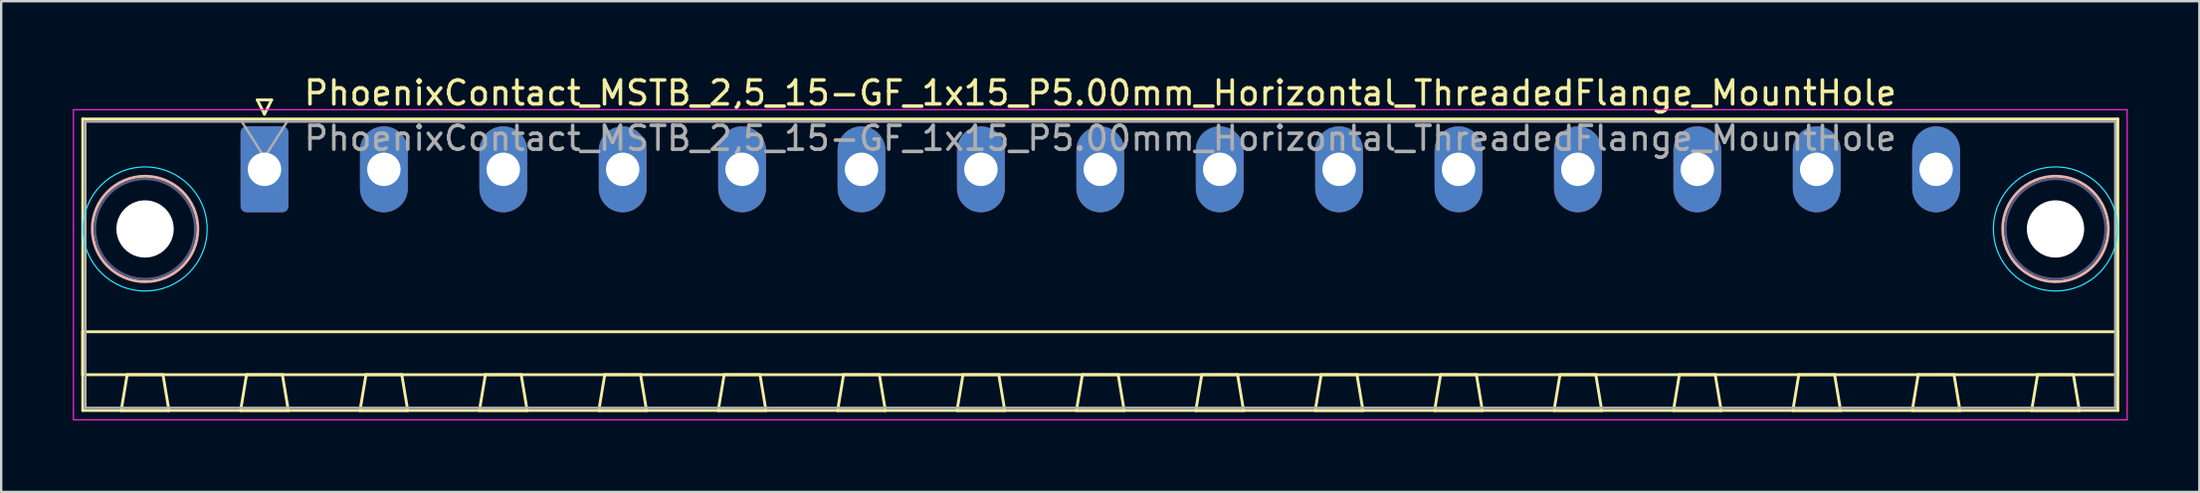
<source format=kicad_pcb>
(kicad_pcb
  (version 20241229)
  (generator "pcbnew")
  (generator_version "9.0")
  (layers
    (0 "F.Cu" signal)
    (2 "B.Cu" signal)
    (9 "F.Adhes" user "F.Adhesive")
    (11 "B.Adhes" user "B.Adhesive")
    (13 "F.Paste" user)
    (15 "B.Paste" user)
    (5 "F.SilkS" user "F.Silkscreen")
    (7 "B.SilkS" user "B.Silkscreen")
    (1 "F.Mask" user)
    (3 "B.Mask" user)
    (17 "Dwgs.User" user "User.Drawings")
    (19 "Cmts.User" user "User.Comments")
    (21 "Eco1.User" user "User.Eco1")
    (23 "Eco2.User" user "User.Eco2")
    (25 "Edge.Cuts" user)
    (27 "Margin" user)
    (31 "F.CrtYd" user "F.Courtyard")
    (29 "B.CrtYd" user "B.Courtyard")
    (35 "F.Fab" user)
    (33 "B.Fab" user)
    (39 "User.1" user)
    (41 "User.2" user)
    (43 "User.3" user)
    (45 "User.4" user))
  (footprint "PhoenixContact_MSTB_2,5_15-GF_1x15_P5.00mm_Horizontal_ThreadedFlange_MountHole"
    (layer "F.Cu")
    (at 8.025 4.048)
    (property "Reference" "PhoenixContact_MSTB_2,5_15-GF_1x15_P5.00mm_Horizontal_ThreadedFlange_MountHole" (at 35 -3.2 0) (layer "F.SilkS") (effects (font (size 1 1) (thickness 0.15))))
    (attr through_hole)
    (fp_line (start -7.61 -2.11) (end -7.61 10.11) (stroke (width 0.12) (type solid)) (layer "F.SilkS"))
    (fp_line (start -7.61 6.81) (end 77.61 6.81) (stroke (width 0.12) (type solid)) (layer "F.SilkS"))
    (fp_line (start -7.61 8.61) (end -7.61 6.81) (stroke (width 0.12) (type solid)) (layer "F.SilkS"))
    (fp_line (start -7.61 10.11) (end 77.61 10.11) (stroke (width 0.12) (type solid)) (layer "F.SilkS"))
    (fp_line (start -6 10.11) (end -4 10.11) (stroke (width 0.12) (type solid)) (layer "F.SilkS"))
    (fp_line (start -5.75 8.61) (end -6 10.11) (stroke (width 0.12) (type solid)) (layer "F.SilkS"))
    (fp_line (start -4.25 8.61) (end -5.75 8.61) (stroke (width 0.12) (type solid)) (layer "F.SilkS"))
    (fp_line (start -4 10.11) (end -4.25 8.61) (stroke (width 0.12) (type solid)) (layer "F.SilkS"))
    (fp_line (start -1 10.11) (end 1 10.11) (stroke (width 0.12) (type solid)) (layer "F.SilkS"))
    (fp_line (start -0.75 8.61) (end -1 10.11) (stroke (width 0.12) (type solid)) (layer "F.SilkS"))
    (fp_line (start -0.3 -2.91) (end 0.3 -2.91) (stroke (width 0.12) (type solid)) (layer "F.SilkS"))
    (fp_line (start 0 -2.31) (end -0.3 -2.91) (stroke (width 0.12) (type solid)) (layer "F.SilkS"))
    (fp_line (start 0.3 -2.91) (end 0 -2.31) (stroke (width 0.12) (type solid)) (layer "F.SilkS"))
    (fp_line (start 0.75 8.61) (end -0.75 8.61) (stroke (width 0.12) (type solid)) (layer "F.SilkS"))
    (fp_line (start 1 10.11) (end 0.75 8.61) (stroke (width 0.12) (type solid)) (layer "F.SilkS"))
    (fp_line (start 4 10.11) (end 6 10.11) (stroke (width 0.12) (type solid)) (layer "F.SilkS"))
    (fp_line (start 4.25 8.61) (end 4 10.11) (stroke (width 0.12) (type solid)) (layer "F.SilkS"))
    (fp_line (start 5.75 8.61) (end 4.25 8.61) (stroke (width 0.12) (type solid)) (layer "F.SilkS"))
    (fp_line (start 6 10.11) (end 5.75 8.61) (stroke (width 0.12) (type solid)) (layer "F.SilkS"))
    (fp_line (start 9 10.11) (end 11 10.11) (stroke (width 0.12) (type solid)) (layer "F.SilkS"))
    (fp_line (start 9.25 8.61) (end 9 10.11) (stroke (width 0.12) (type solid)) (layer "F.SilkS"))
    (fp_line (start 10.75 8.61) (end 9.25 8.61) (stroke (width 0.12) (type solid)) (layer "F.SilkS"))
    (fp_line (start 11 10.11) (end 10.75 8.61) (stroke (width 0.12) (type solid)) (layer "F.SilkS"))
    (fp_line (start 14 10.11) (end 16 10.11) (stroke (width 0.12) (type solid)) (layer "F.SilkS"))
    (fp_line (start 14.25 8.61) (end 14 10.11) (stroke (width 0.12) (type solid)) (layer "F.SilkS"))
    (fp_line (start 15.75 8.61) (end 14.25 8.61) (stroke (width 0.12) (type solid)) (layer "F.SilkS"))
    (fp_line (start 16 10.11) (end 15.75 8.61) (stroke (width 0.12) (type solid)) (layer "F.SilkS"))
    (fp_line (start 19 10.11) (end 21 10.11) (stroke (width 0.12) (type solid)) (layer "F.SilkS"))
    (fp_line (start 19.25 8.61) (end 19 10.11) (stroke (width 0.12) (type solid)) (layer "F.SilkS"))
    (fp_line (start 20.75 8.61) (end 19.25 8.61) (stroke (width 0.12) (type solid)) (layer "F.SilkS"))
    (fp_line (start 21 10.11) (end 20.75 8.61) (stroke (width 0.12) (type solid)) (layer "F.SilkS"))
    (fp_line (start 24 10.11) (end 26 10.11) (stroke (width 0.12) (type solid)) (layer "F.SilkS"))
    (fp_line (start 24.25 8.61) (end 24 10.11) (stroke (width 0.12) (type solid)) (layer "F.SilkS"))
    (fp_line (start 25.75 8.61) (end 24.25 8.61) (stroke (width 0.12) (type solid)) (layer "F.SilkS"))
    (fp_line (start 26 10.11) (end 25.75 8.61) (stroke (width 0.12) (type solid)) (layer "F.SilkS"))
    (fp_line (start 29 10.11) (end 31 10.11) (stroke (width 0.12) (type solid)) (layer "F.SilkS"))
    (fp_line (start 29.25 8.61) (end 29 10.11) (stroke (width 0.12) (type solid)) (layer "F.SilkS"))
    (fp_line (start 30.75 8.61) (end 29.25 8.61) (stroke (width 0.12) (type solid)) (layer "F.SilkS"))
    (fp_line (start 31 10.11) (end 30.75 8.61) (stroke (width 0.12) (type solid)) (layer "F.SilkS"))
    (fp_line (start 34 10.11) (end 36 10.11) (stroke (width 0.12) (type solid)) (layer "F.SilkS"))
    (fp_line (start 34.25 8.61) (end 34 10.11) (stroke (width 0.12) (type solid)) (layer "F.SilkS"))
    (fp_line (start 35.75 8.61) (end 34.25 8.61) (stroke (width 0.12) (type solid)) (layer "F.SilkS"))
    (fp_line (start 36 10.11) (end 35.75 8.61) (stroke (width 0.12) (type solid)) (layer "F.SilkS"))
    (fp_line (start 39 10.11) (end 41 10.11) (stroke (width 0.12) (type solid)) (layer "F.SilkS"))
    (fp_line (start 39.25 8.61) (end 39 10.11) (stroke (width 0.12) (type solid)) (layer "F.SilkS"))
    (fp_line (start 40.75 8.61) (end 39.25 8.61) (stroke (width 0.12) (type solid)) (layer "F.SilkS"))
    (fp_line (start 41 10.11) (end 40.75 8.61) (stroke (width 0.12) (type solid)) (layer "F.SilkS"))
    (fp_line (start 44 10.11) (end 46 10.11) (stroke (width 0.12) (type solid)) (layer "F.SilkS"))
    (fp_line (start 44.25 8.61) (end 44 10.11) (stroke (width 0.12) (type solid)) (layer "F.SilkS"))
    (fp_line (start 45.75 8.61) (end 44.25 8.61) (stroke (width 0.12) (type solid)) (layer "F.SilkS"))
    (fp_line (start 46 10.11) (end 45.75 8.61) (stroke (width 0.12) (type solid)) (layer "F.SilkS"))
    (fp_line (start 49 10.11) (end 51 10.11) (stroke (width 0.12) (type solid)) (layer "F.SilkS"))
    (fp_line (start 49.25 8.61) (end 49 10.11) (stroke (width 0.12) (type solid)) (layer "F.SilkS"))
    (fp_line (start 50.75 8.61) (end 49.25 8.61) (stroke (width 0.12) (type solid)) (layer "F.SilkS"))
    (fp_line (start 51 10.11) (end 50.75 8.61) (stroke (width 0.12) (type solid)) (layer "F.SilkS"))
    (fp_line (start 54 10.11) (end 56 10.11) (stroke (width 0.12) (type solid)) (layer "F.SilkS"))
    (fp_line (start 54.25 8.61) (end 54 10.11) (stroke (width 0.12) (type solid)) (layer "F.SilkS"))
    (fp_line (start 55.75 8.61) (end 54.25 8.61) (stroke (width 0.12) (type solid)) (layer "F.SilkS"))
    (fp_line (start 56 10.11) (end 55.75 8.61) (stroke (width 0.12) (type solid)) (layer "F.SilkS"))
    (fp_line (start 59 10.11) (end 61 10.11) (stroke (width 0.12) (type solid)) (layer "F.SilkS"))
    (fp_line (start 59.25 8.61) (end 59 10.11) (stroke (width 0.12) (type solid)) (layer "F.SilkS"))
    (fp_line (start 60.75 8.61) (end 59.25 8.61) (stroke (width 0.12) (type solid)) (layer "F.SilkS"))
    (fp_line (start 61 10.11) (end 60.75 8.61) (stroke (width 0.12) (type solid)) (layer "F.SilkS"))
    (fp_line (start 64 10.11) (end 66 10.11) (stroke (width 0.12) (type solid)) (layer "F.SilkS"))
    (fp_line (start 64.25 8.61) (end 64 10.11) (stroke (width 0.12) (type solid)) (layer "F.SilkS"))
    (fp_line (start 65.75 8.61) (end 64.25 8.61) (stroke (width 0.12) (type solid)) (layer "F.SilkS"))
    (fp_line (start 66 10.11) (end 65.75 8.61) (stroke (width 0.12) (type solid)) (layer "F.SilkS"))
    (fp_line (start 69 10.11) (end 71 10.11) (stroke (width 0.12) (type solid)) (layer "F.SilkS"))
    (fp_line (start 69.25 8.61) (end 69 10.11) (stroke (width 0.12) (type solid)) (layer "F.SilkS"))
    (fp_line (start 70.75 8.61) (end 69.25 8.61) (stroke (width 0.12) (type solid)) (layer "F.SilkS"))
    (fp_line (start 71 10.11) (end 70.75 8.61) (stroke (width 0.12) (type solid)) (layer "F.SilkS"))
    (fp_line (start 74 10.11) (end 76 10.11) (stroke (width 0.12) (type solid)) (layer "F.SilkS"))
    (fp_line (start 74.25 8.61) (end 74 10.11) (stroke (width 0.12) (type solid)) (layer "F.SilkS"))
    (fp_line (start 75.75 8.61) (end 74.25 8.61) (stroke (width 0.12) (type solid)) (layer "F.SilkS"))
    (fp_line (start 76 10.11) (end 75.75 8.61) (stroke (width 0.12) (type solid)) (layer "F.SilkS"))
    (fp_line (start 77.61 -2.11) (end -7.61 -2.11) (stroke (width 0.12) (type solid)) (layer "F.SilkS"))
    (fp_line (start 77.61 6.81) (end 77.61 8.61) (stroke (width 0.12) (type solid)) (layer "F.SilkS"))
    (fp_line (start 77.61 8.61) (end -7.61 8.61) (stroke (width 0.12) (type solid)) (layer "F.SilkS"))
    (fp_line (start 77.61 10.11) (end 77.61 -2.11) (stroke (width 0.12) (type solid)) (layer "F.SilkS"))
    (fp_circle (center -5 2.5) (end -2.79 2.5) (stroke (width 0.12) (type solid)) (fill no) (layer "B.SilkS"))
    (fp_circle (center 75 2.5) (end 77.21 2.5) (stroke (width 0.12) (type solid)) (fill no) (layer "B.SilkS"))
    (fp_circle (center -5 2.5) (end -2.4 2.5) (stroke (width 0.05) (type solid)) (fill no) (layer "B.CrtYd"))
    (fp_circle (center 75 2.5) (end 77.6 2.5) (stroke (width 0.05) (type solid)) (fill no) (layer "B.CrtYd"))
    (fp_line (start -8 -2.5) (end -8 10.5) (stroke (width 0.05) (type solid)) (layer "F.CrtYd"))
    (fp_line (start -8 10.5) (end 78 10.5) (stroke (width 0.05) (type solid)) (layer "F.CrtYd"))
    (fp_line (start 78 -2.5) (end -8 -2.5) (stroke (width 0.05) (type solid)) (layer "F.CrtYd"))
    (fp_line (start 78 10.5) (end 78 -2.5) (stroke (width 0.05) (type solid)) (layer "F.CrtYd"))
    (fp_circle (center -5 2.5) (end -2.9 2.5) (stroke (width 0.1) (type solid)) (fill no) (layer "B.Fab"))
    (fp_circle (center 75 2.5) (end 77.1 2.5) (stroke (width 0.1) (type solid)) (fill no) (layer "B.Fab"))
    (fp_line (start -7.5 -2) (end -7.5 10) (stroke (width 0.1) (type solid)) (layer "F.Fab"))
    (fp_line (start -7.5 10) (end 77.5 10) (stroke (width 0.1) (type solid)) (layer "F.Fab"))
    (fp_line (start 0 -0.5) (end -0.95 -2) (stroke (width 0.1) (type solid)) (layer "F.Fab"))
    (fp_line (start 0.95 -2) (end 0 -0.5) (stroke (width 0.1) (type solid)) (layer "F.Fab"))
    (fp_line (start 77.5 -2) (end -7.5 -2) (stroke (width 0.1) (type solid)) (layer "F.Fab"))
    (fp_line (start 77.5 10) (end 77.5 -2) (stroke (width 0.1) (type solid)) (layer "F.Fab"))
    (fp_text user "${REFERENCE}" (at 35 -1.3 0) (layer "F.Fab") (effects (font (size 1 1) (thickness 0.15))))
    (pad "" np_thru_hole circle (at -5 2.5) (size 2.4 2.4) (drill 2.4) (layers "*.Cu" "*.Mask"))
    (pad "" np_thru_hole circle (at 75 2.5) (size 2.4 2.4) (drill 2.4) (layers "*.Cu" "*.Mask"))
    (pad "1" thru_hole roundrect (at 0 0) (size 2 3.6) (drill 1.4) (layers "*.Cu" "*.Mask") (roundrect_rratio 0.125))
    (pad "2" thru_hole oval (at 5 0) (size 2 3.6) (drill 1.4) (layers "*.Cu" "*.Mask"))
    (pad "3" thru_hole oval (at 10 0) (size 2 3.6) (drill 1.4) (layers "*.Cu" "*.Mask"))
    (pad "4" thru_hole oval (at 15 0) (size 2 3.6) (drill 1.4) (layers "*.Cu" "*.Mask"))
    (pad "5" thru_hole oval (at 20 0) (size 2 3.6) (drill 1.4) (layers "*.Cu" "*.Mask"))
    (pad "6" thru_hole oval (at 25 0) (size 2 3.6) (drill 1.4) (layers "*.Cu" "*.Mask"))
    (pad "7" thru_hole oval (at 30 0) (size 2 3.6) (drill 1.4) (layers "*.Cu" "*.Mask"))
    (pad "8" thru_hole oval (at 35 0) (size 2 3.6) (drill 1.4) (layers "*.Cu" "*.Mask"))
    (pad "9" thru_hole oval (at 40 0) (size 2 3.6) (drill 1.4) (layers "*.Cu" "*.Mask"))
    (pad "10" thru_hole oval (at 45 0) (size 2 3.6) (drill 1.4) (layers "*.Cu" "*.Mask"))
    (pad "11" thru_hole oval (at 50 0) (size 2 3.6) (drill 1.4) (layers "*.Cu" "*.Mask"))
    (pad "12" thru_hole oval (at 55 0) (size 2 3.6) (drill 1.4) (layers "*.Cu" "*.Mask"))
    (pad "13" thru_hole oval (at 60 0) (size 2 3.6) (drill 1.4) (layers "*.Cu" "*.Mask"))
    (pad "14" thru_hole oval (at 65 0) (size 2 3.6) (drill 1.4) (layers "*.Cu" "*.Mask"))
    (pad "15" thru_hole oval (at 70 0) (size 2 3.6) (drill 1.4) (layers "*.Cu" "*.Mask")))
  (gr_rect
    (start -3 -3)
    (end 89.05 17.573)
    (stroke (width 0.1) (type default))
    (fill no)
    (layer "Edge.Cuts")))
</source>
